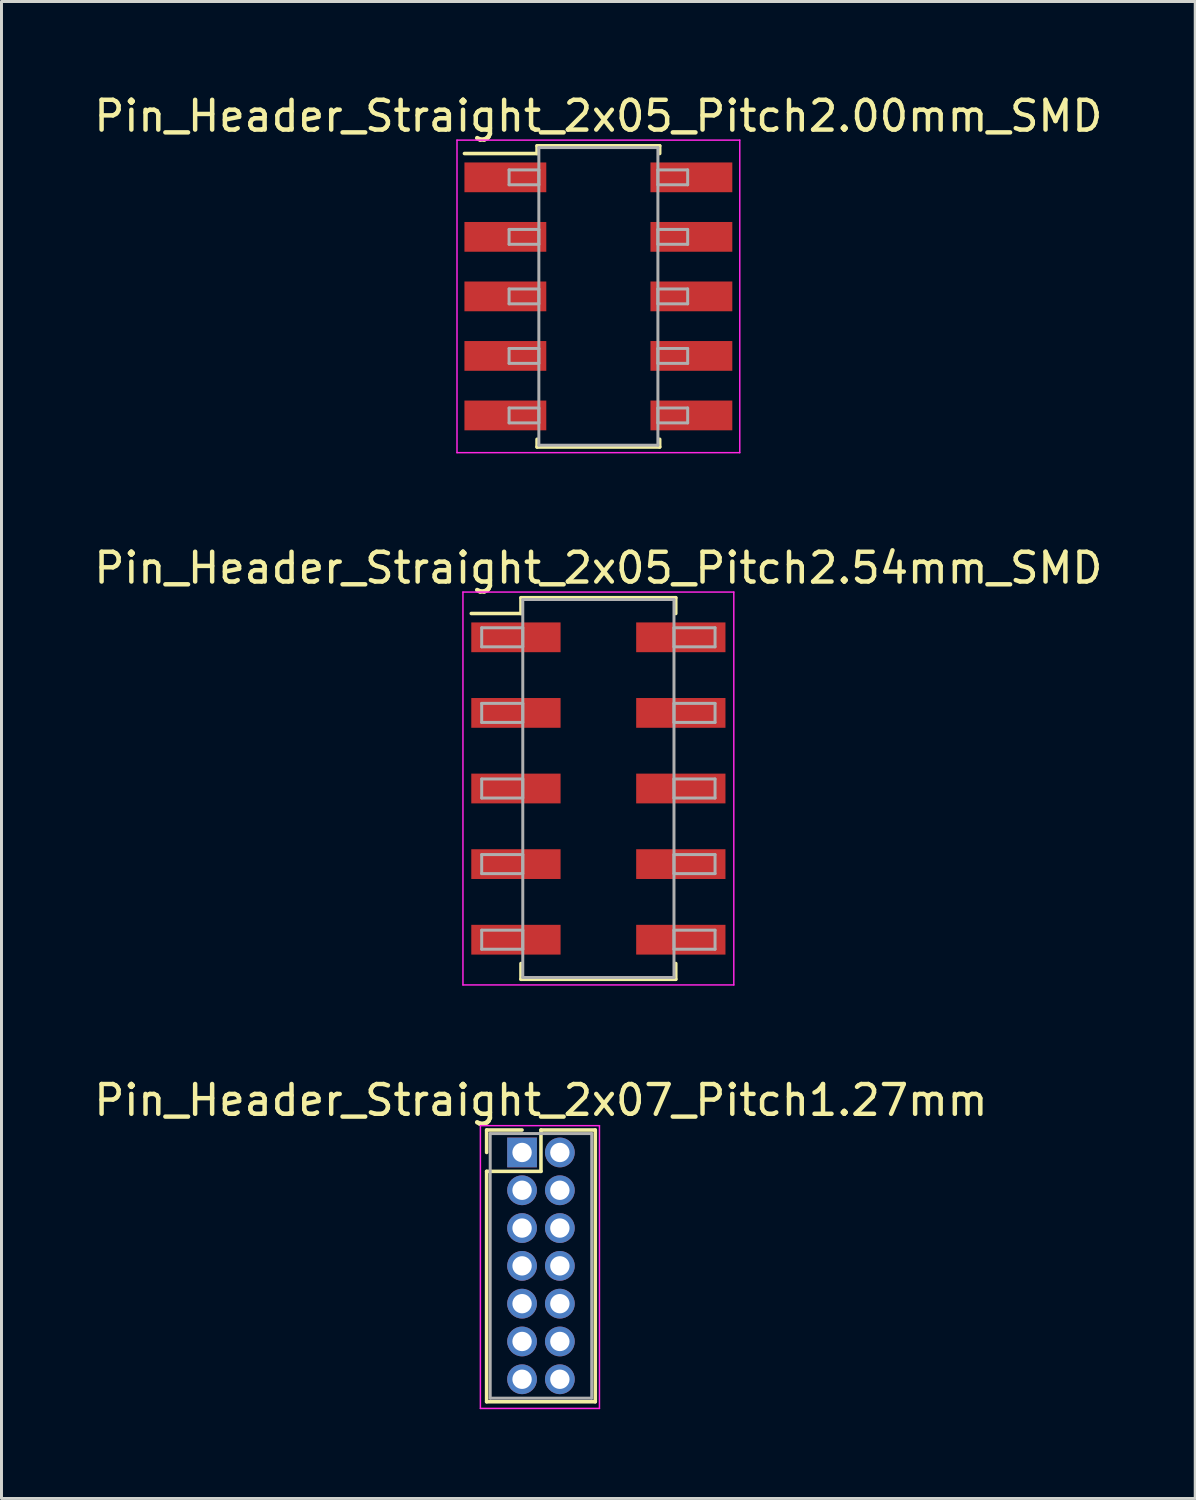
<source format=kicad_pcb>
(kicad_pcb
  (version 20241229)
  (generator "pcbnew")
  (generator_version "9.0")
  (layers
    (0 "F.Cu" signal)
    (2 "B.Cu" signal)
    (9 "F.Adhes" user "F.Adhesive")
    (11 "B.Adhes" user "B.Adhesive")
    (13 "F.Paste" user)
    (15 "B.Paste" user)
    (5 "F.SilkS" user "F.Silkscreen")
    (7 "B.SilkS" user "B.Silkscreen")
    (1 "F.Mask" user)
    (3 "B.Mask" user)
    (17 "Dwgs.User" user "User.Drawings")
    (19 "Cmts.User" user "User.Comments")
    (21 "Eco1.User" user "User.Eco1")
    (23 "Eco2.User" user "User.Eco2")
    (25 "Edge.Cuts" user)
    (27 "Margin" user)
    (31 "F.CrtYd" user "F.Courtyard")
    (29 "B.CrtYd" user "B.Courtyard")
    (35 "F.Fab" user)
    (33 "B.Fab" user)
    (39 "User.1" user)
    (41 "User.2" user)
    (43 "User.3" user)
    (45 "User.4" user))
  (footprint "Pin_Header_Straight_2x05_Pitch2.00mm_SMD"
    (layer "F.Cu")
    (at 17.054 6.908)
    (property "Reference" "Pin_Header_Straight_2x05_Pitch2.00mm_SMD" (at 0 -6.06 0) (layer "F.SilkS") (effects (font (size 1 1) (thickness 0.15))))
    (attr smd)
    (fp_line (start -4.5 -4.8) (end -2.06 -4.8) (stroke (width 0.12) (type solid)) (layer "F.SilkS"))
    (fp_line (start -2.06 -5.06) (end 2.06 -5.06) (stroke (width 0.12) (type solid)) (layer "F.SilkS"))
    (fp_line (start -2.06 -4.8) (end -2.06 -5.06) (stroke (width 0.12) (type solid)) (layer "F.SilkS"))
    (fp_line (start -2.06 4.8) (end -2.06 5.06) (stroke (width 0.12) (type solid)) (layer "F.SilkS"))
    (fp_line (start -2.06 5.06) (end 2.06 5.06) (stroke (width 0.12) (type solid)) (layer "F.SilkS"))
    (fp_line (start 2.06 -5.06) (end 2.06 -4.8) (stroke (width 0.12) (type solid)) (layer "F.SilkS"))
    (fp_line (start 2.06 5.06) (end 2.06 4.8) (stroke (width 0.12) (type solid)) (layer "F.SilkS"))
    (fp_line (start -4.75 -5.25) (end -4.75 5.25) (stroke (width 0.05) (type solid)) (layer "F.CrtYd"))
    (fp_line (start -4.75 5.25) (end 4.75 5.25) (stroke (width 0.05) (type solid)) (layer "F.CrtYd"))
    (fp_line (start 4.75 -5.25) (end -4.75 -5.25) (stroke (width 0.05) (type solid)) (layer "F.CrtYd"))
    (fp_line (start 4.75 5.25) (end 4.75 -5.25) (stroke (width 0.05) (type solid)) (layer "F.CrtYd"))
    (fp_line (start -3 -4.25) (end -2 -4.25) (stroke (width 0.1) (type solid)) (layer "F.Fab"))
    (fp_line (start -3 -3.75) (end -3 -4.25) (stroke (width 0.1) (type solid)) (layer "F.Fab"))
    (fp_line (start -3 -2.25) (end -2 -2.25) (stroke (width 0.1) (type solid)) (layer "F.Fab"))
    (fp_line (start -3 -1.75) (end -3 -2.25) (stroke (width 0.1) (type solid)) (layer "F.Fab"))
    (fp_line (start -3 -0.25) (end -2 -0.25) (stroke (width 0.1) (type solid)) (layer "F.Fab"))
    (fp_line (start -3 0.25) (end -3 -0.25) (stroke (width 0.1) (type solid)) (layer "F.Fab"))
    (fp_line (start -3 1.75) (end -2 1.75) (stroke (width 0.1) (type solid)) (layer "F.Fab"))
    (fp_line (start -3 2.25) (end -3 1.75) (stroke (width 0.1) (type solid)) (layer "F.Fab"))
    (fp_line (start -3 3.75) (end -2 3.75) (stroke (width 0.1) (type solid)) (layer "F.Fab"))
    (fp_line (start -3 4.25) (end -3 3.75) (stroke (width 0.1) (type solid)) (layer "F.Fab"))
    (fp_line (start -2 -5) (end -2 5) (stroke (width 0.1) (type solid)) (layer "F.Fab"))
    (fp_line (start -2 -4.25) (end -2 -3.75) (stroke (width 0.1) (type solid)) (layer "F.Fab"))
    (fp_line (start -2 -3.75) (end -3 -3.75) (stroke (width 0.1) (type solid)) (layer "F.Fab"))
    (fp_line (start -2 -2.25) (end -2 -1.75) (stroke (width 0.1) (type solid)) (layer "F.Fab"))
    (fp_line (start -2 -1.75) (end -3 -1.75) (stroke (width 0.1) (type solid)) (layer "F.Fab"))
    (fp_line (start -2 -0.25) (end -2 0.25) (stroke (width 0.1) (type solid)) (layer "F.Fab"))
    (fp_line (start -2 0.25) (end -3 0.25) (stroke (width 0.1) (type solid)) (layer "F.Fab"))
    (fp_line (start -2 1.75) (end -2 2.25) (stroke (width 0.1) (type solid)) (layer "F.Fab"))
    (fp_line (start -2 2.25) (end -3 2.25) (stroke (width 0.1) (type solid)) (layer "F.Fab"))
    (fp_line (start -2 3.75) (end -2 4.25) (stroke (width 0.1) (type solid)) (layer "F.Fab"))
    (fp_line (start -2 4.25) (end -3 4.25) (stroke (width 0.1) (type solid)) (layer "F.Fab"))
    (fp_line (start -2 5) (end 2 5) (stroke (width 0.1) (type solid)) (layer "F.Fab"))
    (fp_line (start 2 -5) (end -2 -5) (stroke (width 0.1) (type solid)) (layer "F.Fab"))
    (fp_line (start 2 -4.25) (end 2 -3.75) (stroke (width 0.1) (type solid)) (layer "F.Fab"))
    (fp_line (start 2 -3.75) (end 3 -3.75) (stroke (width 0.1) (type solid)) (layer "F.Fab"))
    (fp_line (start 2 -2.25) (end 2 -1.75) (stroke (width 0.1) (type solid)) (layer "F.Fab"))
    (fp_line (start 2 -1.75) (end 3 -1.75) (stroke (width 0.1) (type solid)) (layer "F.Fab"))
    (fp_line (start 2 -0.25) (end 2 0.25) (stroke (width 0.1) (type solid)) (layer "F.Fab"))
    (fp_line (start 2 0.25) (end 3 0.25) (stroke (width 0.1) (type solid)) (layer "F.Fab"))
    (fp_line (start 2 1.75) (end 2 2.25) (stroke (width 0.1) (type solid)) (layer "F.Fab"))
    (fp_line (start 2 2.25) (end 3 2.25) (stroke (width 0.1) (type solid)) (layer "F.Fab"))
    (fp_line (start 2 3.75) (end 2 4.25) (stroke (width 0.1) (type solid)) (layer "F.Fab"))
    (fp_line (start 2 4.25) (end 3 4.25) (stroke (width 0.1) (type solid)) (layer "F.Fab"))
    (fp_line (start 2 5) (end 2 -5) (stroke (width 0.1) (type solid)) (layer "F.Fab"))
    (fp_line (start 3 -4.25) (end 2 -4.25) (stroke (width 0.1) (type solid)) (layer "F.Fab"))
    (fp_line (start 3 -3.75) (end 3 -4.25) (stroke (width 0.1) (type solid)) (layer "F.Fab"))
    (fp_line (start 3 -2.25) (end 2 -2.25) (stroke (width 0.1) (type solid)) (layer "F.Fab"))
    (fp_line (start 3 -1.75) (end 3 -2.25) (stroke (width 0.1) (type solid)) (layer "F.Fab"))
    (fp_line (start 3 -0.25) (end 2 -0.25) (stroke (width 0.1) (type solid)) (layer "F.Fab"))
    (fp_line (start 3 0.25) (end 3 -0.25) (stroke (width 0.1) (type solid)) (layer "F.Fab"))
    (fp_line (start 3 1.75) (end 2 1.75) (stroke (width 0.1) (type solid)) (layer "F.Fab"))
    (fp_line (start 3 2.25) (end 3 1.75) (stroke (width 0.1) (type solid)) (layer "F.Fab"))
    (fp_line (start 3 3.75) (end 2 3.75) (stroke (width 0.1) (type solid)) (layer "F.Fab"))
    (fp_line (start 3 4.25) (end 3 3.75) (stroke (width 0.1) (type solid)) (layer "F.Fab"))
    (pad "1" smd rect (at -3.125 -4) (size 2.75 1) (layers "F.Cu" "F.Mask"))
    (pad "2" smd rect (at 3.125 -4) (size 2.75 1) (layers "F.Cu" "F.Mask"))
    (pad "3" smd rect (at -3.125 -2) (size 2.75 1) (layers "F.Cu" "F.Mask"))
    (pad "4" smd rect (at 3.125 -2) (size 2.75 1) (layers "F.Cu" "F.Mask"))
    (pad "5" smd rect (at -3.125 0) (size 2.75 1) (layers "F.Cu" "F.Mask"))
    (pad "6" smd rect (at 3.125 0) (size 2.75 1) (layers "F.Cu" "F.Mask"))
    (pad "7" smd rect (at -3.125 2) (size 2.75 1) (layers "F.Cu" "F.Mask"))
    (pad "8" smd rect (at 3.125 2) (size 2.75 1) (layers "F.Cu" "F.Mask"))
    (pad "9" smd rect (at -3.125 4) (size 2.75 1) (layers "F.Cu" "F.Mask"))
    (pad "10" smd rect (at 3.125 4) (size 2.75 1) (layers "F.Cu" "F.Mask")))
  (footprint "Pin_Header_Straight_2x05_Pitch2.54mm_SMD"
    (layer "F.Cu")
    (at 17.054 23.442)
    (property "Reference" "Pin_Header_Straight_2x05_Pitch2.54mm_SMD" (at 0 -7.41 0) (layer "F.SilkS") (effects (font (size 1 1) (thickness 0.15))))
    (attr smd)
    (fp_line (start -4.27 -5.88) (end -2.6 -5.88) (stroke (width 0.12) (type solid)) (layer "F.SilkS"))
    (fp_line (start -2.6 -6.41) (end 2.6 -6.41) (stroke (width 0.12) (type solid)) (layer "F.SilkS"))
    (fp_line (start -2.6 -5.88) (end -2.6 -6.41) (stroke (width 0.12) (type solid)) (layer "F.SilkS"))
    (fp_line (start -2.6 5.88) (end -2.6 6.41) (stroke (width 0.12) (type solid)) (layer "F.SilkS"))
    (fp_line (start -2.6 6.41) (end 2.6 6.41) (stroke (width 0.12) (type solid)) (layer "F.SilkS"))
    (fp_line (start 2.6 -6.41) (end 2.6 -5.88) (stroke (width 0.12) (type solid)) (layer "F.SilkS"))
    (fp_line (start 2.6 6.41) (end 2.6 5.88) (stroke (width 0.12) (type solid)) (layer "F.SilkS"))
    (fp_line (start -4.55 -6.6) (end -4.55 6.6) (stroke (width 0.05) (type solid)) (layer "F.CrtYd"))
    (fp_line (start -4.55 6.6) (end 4.55 6.6) (stroke (width 0.05) (type solid)) (layer "F.CrtYd"))
    (fp_line (start 4.55 -6.6) (end -4.55 -6.6) (stroke (width 0.05) (type solid)) (layer "F.CrtYd"))
    (fp_line (start 4.55 6.6) (end 4.55 -6.6) (stroke (width 0.05) (type solid)) (layer "F.CrtYd"))
    (fp_line (start -3.92 -5.4) (end -2.54 -5.4) (stroke (width 0.1) (type solid)) (layer "F.Fab"))
    (fp_line (start -3.92 -4.76) (end -3.92 -5.4) (stroke (width 0.1) (type solid)) (layer "F.Fab"))
    (fp_line (start -3.92 -2.86) (end -2.54 -2.86) (stroke (width 0.1) (type solid)) (layer "F.Fab"))
    (fp_line (start -3.92 -2.22) (end -3.92 -2.86) (stroke (width 0.1) (type solid)) (layer "F.Fab"))
    (fp_line (start -3.92 -0.32) (end -2.54 -0.32) (stroke (width 0.1) (type solid)) (layer "F.Fab"))
    (fp_line (start -3.92 0.32) (end -3.92 -0.32) (stroke (width 0.1) (type solid)) (layer "F.Fab"))
    (fp_line (start -3.92 2.22) (end -2.54 2.22) (stroke (width 0.1) (type solid)) (layer "F.Fab"))
    (fp_line (start -3.92 2.86) (end -3.92 2.22) (stroke (width 0.1) (type solid)) (layer "F.Fab"))
    (fp_line (start -3.92 4.76) (end -2.54 4.76) (stroke (width 0.1) (type solid)) (layer "F.Fab"))
    (fp_line (start -3.92 5.4) (end -3.92 4.76) (stroke (width 0.1) (type solid)) (layer "F.Fab"))
    (fp_line (start -2.54 -6.35) (end -2.54 6.35) (stroke (width 0.1) (type solid)) (layer "F.Fab"))
    (fp_line (start -2.54 -5.4) (end -2.54 -4.76) (stroke (width 0.1) (type solid)) (layer "F.Fab"))
    (fp_line (start -2.54 -4.76) (end -3.92 -4.76) (stroke (width 0.1) (type solid)) (layer "F.Fab"))
    (fp_line (start -2.54 -2.86) (end -2.54 -2.22) (stroke (width 0.1) (type solid)) (layer "F.Fab"))
    (fp_line (start -2.54 -2.22) (end -3.92 -2.22) (stroke (width 0.1) (type solid)) (layer "F.Fab"))
    (fp_line (start -2.54 -0.32) (end -2.54 0.32) (stroke (width 0.1) (type solid)) (layer "F.Fab"))
    (fp_line (start -2.54 0.32) (end -3.92 0.32) (stroke (width 0.1) (type solid)) (layer "F.Fab"))
    (fp_line (start -2.54 2.22) (end -2.54 2.86) (stroke (width 0.1) (type solid)) (layer "F.Fab"))
    (fp_line (start -2.54 2.86) (end -3.92 2.86) (stroke (width 0.1) (type solid)) (layer "F.Fab"))
    (fp_line (start -2.54 4.76) (end -2.54 5.4) (stroke (width 0.1) (type solid)) (layer "F.Fab"))
    (fp_line (start -2.54 5.4) (end -3.92 5.4) (stroke (width 0.1) (type solid)) (layer "F.Fab"))
    (fp_line (start -2.54 6.35) (end 2.54 6.35) (stroke (width 0.1) (type solid)) (layer "F.Fab"))
    (fp_line (start 2.54 -6.35) (end -2.54 -6.35) (stroke (width 0.1) (type solid)) (layer "F.Fab"))
    (fp_line (start 2.54 -5.4) (end 2.54 -4.76) (stroke (width 0.1) (type solid)) (layer "F.Fab"))
    (fp_line (start 2.54 -4.76) (end 3.92 -4.76) (stroke (width 0.1) (type solid)) (layer "F.Fab"))
    (fp_line (start 2.54 -2.86) (end 2.54 -2.22) (stroke (width 0.1) (type solid)) (layer "F.Fab"))
    (fp_line (start 2.54 -2.22) (end 3.92 -2.22) (stroke (width 0.1) (type solid)) (layer "F.Fab"))
    (fp_line (start 2.54 -0.32) (end 2.54 0.32) (stroke (width 0.1) (type solid)) (layer "F.Fab"))
    (fp_line (start 2.54 0.32) (end 3.92 0.32) (stroke (width 0.1) (type solid)) (layer "F.Fab"))
    (fp_line (start 2.54 2.22) (end 2.54 2.86) (stroke (width 0.1) (type solid)) (layer "F.Fab"))
    (fp_line (start 2.54 2.86) (end 3.92 2.86) (stroke (width 0.1) (type solid)) (layer "F.Fab"))
    (fp_line (start 2.54 4.76) (end 2.54 5.4) (stroke (width 0.1) (type solid)) (layer "F.Fab"))
    (fp_line (start 2.54 5.4) (end 3.92 5.4) (stroke (width 0.1) (type solid)) (layer "F.Fab"))
    (fp_line (start 2.54 6.35) (end 2.54 -6.35) (stroke (width 0.1) (type solid)) (layer "F.Fab"))
    (fp_line (start 3.92 -5.4) (end 2.54 -5.4) (stroke (width 0.1) (type solid)) (layer "F.Fab"))
    (fp_line (start 3.92 -4.76) (end 3.92 -5.4) (stroke (width 0.1) (type solid)) (layer "F.Fab"))
    (fp_line (start 3.92 -2.86) (end 2.54 -2.86) (stroke (width 0.1) (type solid)) (layer "F.Fab"))
    (fp_line (start 3.92 -2.22) (end 3.92 -2.86) (stroke (width 0.1) (type solid)) (layer "F.Fab"))
    (fp_line (start 3.92 -0.32) (end 2.54 -0.32) (stroke (width 0.1) (type solid)) (layer "F.Fab"))
    (fp_line (start 3.92 0.32) (end 3.92 -0.32) (stroke (width 0.1) (type solid)) (layer "F.Fab"))
    (fp_line (start 3.92 2.22) (end 2.54 2.22) (stroke (width 0.1) (type solid)) (layer "F.Fab"))
    (fp_line (start 3.92 2.86) (end 3.92 2.22) (stroke (width 0.1) (type solid)) (layer "F.Fab"))
    (fp_line (start 3.92 4.76) (end 2.54 4.76) (stroke (width 0.1) (type solid)) (layer "F.Fab"))
    (fp_line (start 3.92 5.4) (end 3.92 4.76) (stroke (width 0.1) (type solid)) (layer "F.Fab"))
    (pad "1" smd rect (at -2.77 -5.08) (size 3 1) (layers "F.Cu" "F.Mask"))
    (pad "2" smd rect (at 2.77 -5.08) (size 3 1) (layers "F.Cu" "F.Mask"))
    (pad "3" smd rect (at -2.77 -2.54) (size 3 1) (layers "F.Cu" "F.Mask"))
    (pad "4" smd rect (at 2.77 -2.54) (size 3 1) (layers "F.Cu" "F.Mask"))
    (pad "5" smd rect (at -2.77 0) (size 3 1) (layers "F.Cu" "F.Mask"))
    (pad "6" smd rect (at 2.77 0) (size 3 1) (layers "F.Cu" "F.Mask"))
    (pad "7" smd rect (at -2.77 2.54) (size 3 1) (layers "F.Cu" "F.Mask"))
    (pad "8" smd rect (at 2.77 2.54) (size 3 1) (layers "F.Cu" "F.Mask"))
    (pad "9" smd rect (at -2.77 5.08) (size 3 1) (layers "F.Cu" "F.Mask"))
    (pad "10" smd rect (at 2.77 5.08) (size 3 1) (layers "F.Cu" "F.Mask")))
  (footprint "Pin_Header_Straight_2x07_Pitch1.27mm"
    (layer "F.Cu")
    (at 14.49 35.67)
    (property "Reference" "Pin_Header_Straight_2x07_Pitch1.27mm" (at 0.635 -1.755 0) (layer "F.SilkS") (effects (font (size 1 1) (thickness 0.15))))
    (attr through_hole)
    (fp_line (start -1.19 -0.755) (end 0 -0.755) (stroke (width 0.12) (type solid)) (layer "F.SilkS"))
    (fp_line (start -1.19 0) (end -1.19 -0.755) (stroke (width 0.12) (type solid)) (layer "F.SilkS"))
    (fp_line (start -1.19 0.635) (end -1.19 8.375) (stroke (width 0.12) (type solid)) (layer "F.SilkS"))
    (fp_line (start -1.19 8.375) (end 2.46 8.375) (stroke (width 0.12) (type solid)) (layer "F.SilkS"))
    (fp_line (start 0.635 -0.755) (end 0.635 0.635) (stroke (width 0.12) (type solid)) (layer "F.SilkS"))
    (fp_line (start 0.635 0.635) (end -1.19 0.635) (stroke (width 0.12) (type solid)) (layer "F.SilkS"))
    (fp_line (start 2.46 -0.755) (end 0.635 -0.755) (stroke (width 0.12) (type solid)) (layer "F.SilkS"))
    (fp_line (start 2.46 8.375) (end 2.46 -0.755) (stroke (width 0.12) (type solid)) (layer "F.SilkS"))
    (fp_line (start -1.4 -0.9) (end -1.4 8.6) (stroke (width 0.05) (type solid)) (layer "F.CrtYd"))
    (fp_line (start -1.4 8.6) (end 2.6 8.6) (stroke (width 0.05) (type solid)) (layer "F.CrtYd"))
    (fp_line (start 2.6 -0.9) (end -1.4 -0.9) (stroke (width 0.05) (type solid)) (layer "F.CrtYd"))
    (fp_line (start 2.6 8.6) (end 2.6 -0.9) (stroke (width 0.05) (type solid)) (layer "F.CrtYd"))
    (fp_line (start -1.07 -0.635) (end -1.07 8.255) (stroke (width 0.1) (type solid)) (layer "F.Fab"))
    (fp_line (start -1.07 8.255) (end 2.34 8.255) (stroke (width 0.1) (type solid)) (layer "F.Fab"))
    (fp_line (start 2.34 -0.635) (end -1.07 -0.635) (stroke (width 0.1) (type solid)) (layer "F.Fab"))
    (fp_line (start 2.34 8.255) (end 2.34 -0.635) (stroke (width 0.1) (type solid)) (layer "F.Fab"))
    (pad "1" thru_hole rect (at 0 0) (size 1 1) (drill 0.65) (layers "*.Cu" "*.Mask"))
    (pad "2" thru_hole oval (at 1.27 0) (size 1 1) (drill 0.65) (layers "*.Cu" "*.Mask"))
    (pad "3" thru_hole oval (at 0 1.27) (size 1 1) (drill 0.65) (layers "*.Cu" "*.Mask"))
    (pad "4" thru_hole oval (at 1.27 1.27) (size 1 1) (drill 0.65) (layers "*.Cu" "*.Mask"))
    (pad "5" thru_hole oval (at 0 2.54) (size 1 1) (drill 0.65) (layers "*.Cu" "*.Mask"))
    (pad "6" thru_hole oval (at 1.27 2.54) (size 1 1) (drill 0.65) (layers "*.Cu" "*.Mask"))
    (pad "7" thru_hole oval (at 0 3.81) (size 1 1) (drill 0.65) (layers "*.Cu" "*.Mask"))
    (pad "8" thru_hole oval (at 1.27 3.81) (size 1 1) (drill 0.65) (layers "*.Cu" "*.Mask"))
    (pad "9" thru_hole oval (at 0 5.08) (size 1 1) (drill 0.65) (layers "*.Cu" "*.Mask"))
    (pad "10" thru_hole oval (at 1.27 5.08) (size 1 1) (drill 0.65) (layers "*.Cu" "*.Mask"))
    (pad "11" thru_hole oval (at 0 6.35) (size 1 1) (drill 0.65) (layers "*.Cu" "*.Mask"))
    (pad "12" thru_hole oval (at 1.27 6.35) (size 1 1) (drill 0.65) (layers "*.Cu" "*.Mask"))
    (pad "13" thru_hole oval (at 0 7.62) (size 1 1) (drill 0.65) (layers "*.Cu" "*.Mask"))
    (pad "14" thru_hole oval (at 1.27 7.62) (size 1 1) (drill 0.65) (layers "*.Cu" "*.Mask")))
  (gr_rect
    (start -3 -3)
    (end 37.107 47.295)
    (stroke (width 0.1) (type default))
    (fill no)
    (layer "Edge.Cuts")))
</source>
